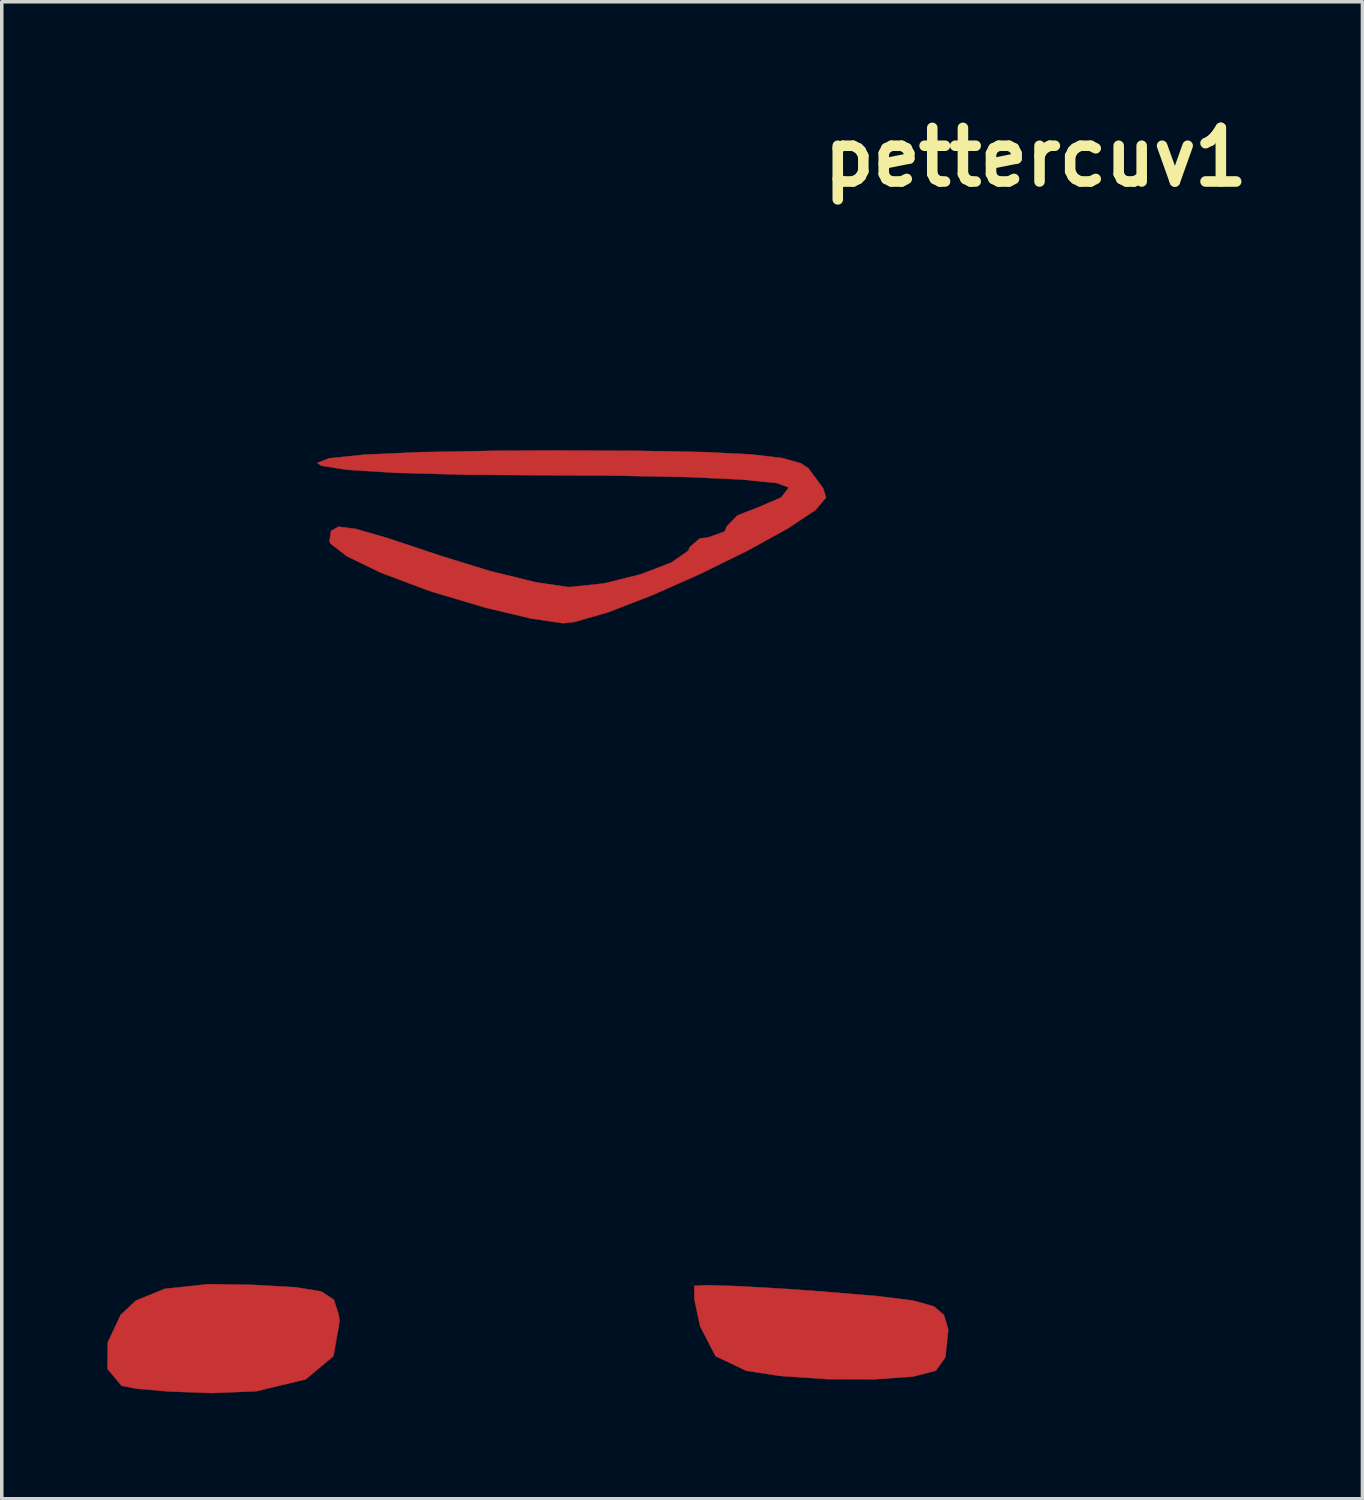
<source format=kicad_pcb>
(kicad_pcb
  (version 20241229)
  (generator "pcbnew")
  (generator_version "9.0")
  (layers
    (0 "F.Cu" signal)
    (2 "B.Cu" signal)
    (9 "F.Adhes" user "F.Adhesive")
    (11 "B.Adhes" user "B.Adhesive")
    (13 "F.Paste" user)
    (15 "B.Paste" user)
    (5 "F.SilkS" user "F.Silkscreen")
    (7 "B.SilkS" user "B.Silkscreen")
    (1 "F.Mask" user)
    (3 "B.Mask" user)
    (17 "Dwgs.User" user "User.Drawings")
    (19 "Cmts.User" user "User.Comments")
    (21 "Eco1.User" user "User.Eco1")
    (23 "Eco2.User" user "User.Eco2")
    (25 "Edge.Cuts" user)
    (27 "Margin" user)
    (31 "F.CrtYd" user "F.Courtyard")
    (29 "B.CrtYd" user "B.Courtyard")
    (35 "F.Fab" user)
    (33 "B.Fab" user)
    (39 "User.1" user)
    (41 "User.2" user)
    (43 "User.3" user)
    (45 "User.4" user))
  (footprint "pettercuv1"
    (layer "F.Cu")
    (at 14.781 11.868)
    (property "Reference" "pettercuv1" (at 11.6 -10.45 0) (layer "F.SilkS") (effects (font (size 1.524 1.524) (thickness 0.3))))
    (attr through_hole)
    (fp_poly (pts (xy -10.708 21.591) (xy -9.431 21.662) (xy -8.697 21.781) (xy -8.344 22.015) (xy -8.208 22.432) (xy -8.182 22.632) (xy -8.355 23.618) (xy -9.143 24.278) (xy -10.552 24.617) (xy -11.808 24.667) (xy -13.021 24.624) (xy -13.973 24.541) (xy -14.376 24.461) (xy -14.776 23.983) (xy -14.769 23.224) (xy -14.399 22.443) (xy -13.971 22.04) (xy -13.146 21.705) (xy -11.916 21.574) (xy -10.708 21.591)) (stroke (width 0.01) (type solid)) (fill yes) (layer "F.Cu"))
    (fp_poly (pts (xy 3.195 21.632) (xy 4.509 21.709) (xy 5.501 21.78) (xy 7.097 21.912) (xy 8.121 22.04) (xy 8.708 22.205) (xy 8.991 22.448) (xy 9.103 22.809) (xy 9.115 22.891) (xy 9.032 23.657) (xy 8.762 24.032) (xy 8.122 24.198) (xy 7.015 24.278) (xy 5.677 24.273) (xy 4.343 24.182) (xy 3.377 24.035) (xy 2.502 23.619) (xy 2.065 22.772) (xy 1.902 22.009) (xy 1.896 21.623) (xy 1.897 21.622) (xy 2.272 21.601) (xy 3.195 21.632)) (stroke (width 0.01) (type solid)) (fill yes) (layer "F.Cu"))
    (fp_poly (pts (xy 0.366 -2.106) (xy 2.207 -2.071) (xy 3.521 -2.005) (xy 4.396 -1.902) (xy 4.922 -1.755) (xy 5.14 -1.613) (xy 5.559 -1.048) (xy 5.644 -0.781) (xy 5.341 -0.422) (xy 4.535 0.111) (xy 3.386 0.743) (xy 2.05 1.399) (xy 0.686 2.003) (xy -0.548 2.48) (xy -1.494 2.754) (xy -1.829 2.791) (xy -2.725 2.662) (xy -4.027 2.352) (xy -5.479 1.921) (xy -5.733 1.837) (xy -7.022 1.35) (xy -7.976 0.888) (xy -8.443 0.527) (xy -8.467 0.457) (xy -8.424 0.168) (xy -8.214 0.048) (xy -7.713 0.113) (xy -6.798 0.379) (xy -5.344 0.864) (xy -5.292 0.882) (xy -3.888 1.313) (xy -2.606 1.627) (xy -1.701 1.763) (xy -1.639 1.764) (xy -0.669 1.661) (xy 0.371 1.403) (xy 1.247 1.067) (xy 1.73 0.729) (xy 1.764 0.635) (xy 2.051 0.384) (xy 2.293 0.353) (xy 2.763 0.183) (xy 2.822 0.038) (xy 3.121 -0.272) (xy 3.704 -0.498) (xy 4.365 -0.781) (xy 4.586 -1.065) (xy 4.243 -1.191) (xy 3.252 -1.291) (xy 1.67 -1.363) (xy -0.446 -1.403) (xy -2.117 -1.411) (xy -4.628 -1.429) (xy -6.592 -1.482) (xy -7.964 -1.568) (xy -8.701 -1.683) (xy -8.819 -1.764) (xy -8.474 -1.896) (xy -7.468 -1.999) (xy -5.843 -2.071) (xy -3.645 -2.11) (xy -2.091 -2.117) (xy 0.366 -2.106)) (stroke (width 0.01) (type solid)) (fill yes) (layer "F.Cu")))
  (gr_rect
    (start -3 -3)
    (end 35.666 39.54)
    (stroke (width 0.1) (type default))
    (fill no)
    (layer "Edge.Cuts")))
</source>
